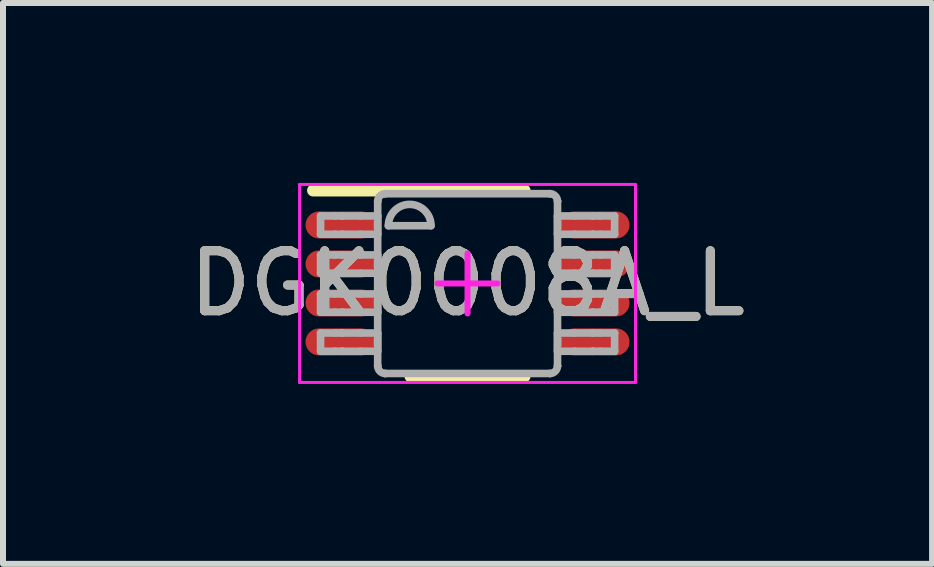
<source format=kicad_pcb>
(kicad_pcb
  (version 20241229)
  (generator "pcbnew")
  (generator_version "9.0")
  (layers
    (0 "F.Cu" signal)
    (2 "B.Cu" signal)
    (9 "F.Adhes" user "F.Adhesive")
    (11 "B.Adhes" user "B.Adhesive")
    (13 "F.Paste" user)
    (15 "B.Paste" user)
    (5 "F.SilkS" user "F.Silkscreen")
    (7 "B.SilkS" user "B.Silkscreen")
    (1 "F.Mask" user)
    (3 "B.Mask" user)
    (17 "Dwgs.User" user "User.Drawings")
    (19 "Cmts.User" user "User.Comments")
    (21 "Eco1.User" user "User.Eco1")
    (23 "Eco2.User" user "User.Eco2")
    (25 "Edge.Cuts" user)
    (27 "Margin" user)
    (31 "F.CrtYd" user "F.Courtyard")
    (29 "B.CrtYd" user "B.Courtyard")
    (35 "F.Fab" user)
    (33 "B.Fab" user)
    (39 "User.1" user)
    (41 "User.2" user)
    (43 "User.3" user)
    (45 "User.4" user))
  (footprint "DGK0008A_L"
    (layer "F.Cu")
    (at 4.744 1.675)
    (property "Reference" "DGK0008A_L" (at 0 0 0) (unlocked yes) (layer "F.SilkS") (effects (font (size 1 1) (thickness 0.15))))
    (attr smd)
    (fp_line (start -2.575 -1.55) (end 0.95 -1.55) (stroke (width 0.2) (type solid)) (layer "F.SilkS"))
    (fp_line (start -0.95 1.55) (end 0.95 1.55) (stroke (width 0.2) (type solid)) (layer "F.SilkS"))
    (fp_line (start -2.8 -1.65) (end 2.8 -1.65) (stroke (width 0.05) (type solid)) (layer "F.CrtYd"))
    (fp_line (start -2.8 1.65) (end -2.8 -1.65) (stroke (width 0.05) (type solid)) (layer "F.CrtYd"))
    (fp_line (start -2.8 1.65) (end 2.8 1.65) (stroke (width 0.05) (type solid)) (layer "F.CrtYd"))
    (fp_line (start -0.5 0) (end 0.5 0) (stroke (width 0.1) (type solid)) (layer "F.CrtYd"))
    (fp_line (start -0.000003 0.5) (end -0.000003 -0.5) (stroke (width 0.1) (type solid)) (layer "F.CrtYd"))
    (fp_line (start 2.8 1.65) (end 2.8 -1.65) (stroke (width 0.05) (type solid)) (layer "F.CrtYd"))
    (fp_line (start -2.45 -1.125) (end -2.21 -1.125) (stroke (width 0.127) (type solid)) (layer "F.Fab"))
    (fp_line (start -2.45 -0.82) (end -2.45 -1.125) (stroke (width 0.127) (type solid)) (layer "F.Fab"))
    (fp_line (start -2.45 -0.82) (end -2.21 -0.82) (stroke (width 0.127) (type solid)) (layer "F.Fab"))
    (fp_line (start -2.45 -0.475) (end -2.21 -0.475) (stroke (width 0.127) (type solid)) (layer "F.Fab"))
    (fp_line (start -2.45 -0.17) (end -2.45 -0.475) (stroke (width 0.127) (type solid)) (layer "F.Fab"))
    (fp_line (start -2.45 -0.17) (end -2.21 -0.17) (stroke (width 0.127) (type solid)) (layer "F.Fab"))
    (fp_line (start -2.45 0.175) (end -2.21 0.175) (stroke (width 0.127) (type solid)) (layer "F.Fab"))
    (fp_line (start -2.45 0.48) (end -2.45 0.175) (stroke (width 0.127) (type solid)) (layer "F.Fab"))
    (fp_line (start -2.45 0.48) (end -2.21 0.48) (stroke (width 0.127) (type solid)) (layer "F.Fab"))
    (fp_line (start -2.45 0.826) (end -2.21 0.826) (stroke (width 0.127) (type solid)) (layer "F.Fab"))
    (fp_line (start -2.45 1.131) (end -2.45 0.826) (stroke (width 0.127) (type solid)) (layer "F.Fab"))
    (fp_line (start -2.45 1.131) (end -2.21 1.131) (stroke (width 0.127) (type solid)) (layer "F.Fab"))
    (fp_line (start -2.21 -1.125) (end -2.091 -1.125) (stroke (width 0.127) (type solid)) (layer "F.Fab"))
    (fp_line (start -2.21 -0.82) (end -2.091 -0.82) (stroke (width 0.127) (type solid)) (layer "F.Fab"))
    (fp_line (start -2.21 -0.475) (end -2.091 -0.475) (stroke (width 0.127) (type solid)) (layer "F.Fab"))
    (fp_line (start -2.21 -0.17) (end -2.091 -0.17) (stroke (width 0.127) (type solid)) (layer "F.Fab"))
    (fp_line (start -2.21 0.175) (end -2.091 0.175) (stroke (width 0.127) (type solid)) (layer "F.Fab"))
    (fp_line (start -2.21 0.48) (end -2.091 0.48) (stroke (width 0.127) (type solid)) (layer "F.Fab"))
    (fp_line (start -2.21 0.826) (end -2.091 0.826) (stroke (width 0.127) (type solid)) (layer "F.Fab"))
    (fp_line (start -2.21 1.131) (end -2.091 1.131) (stroke (width 0.127) (type solid)) (layer "F.Fab"))
    (fp_line (start -2.091 -1.125) (end -2.087 -1.125) (stroke (width 0.127) (type solid)) (layer "F.Fab"))
    (fp_line (start -2.091 -0.82) (end -2.087 -0.82) (stroke (width 0.127) (type solid)) (layer "F.Fab"))
    (fp_line (start -2.091 -0.475) (end -2.087 -0.475) (stroke (width 0.127) (type solid)) (layer "F.Fab"))
    (fp_line (start -2.091 -0.17) (end -2.087 -0.17) (stroke (width 0.127) (type solid)) (layer "F.Fab"))
    (fp_line (start -2.091 0.175) (end -2.087 0.175) (stroke (width 0.127) (type solid)) (layer "F.Fab"))
    (fp_line (start -2.091 0.48) (end -2.087 0.48) (stroke (width 0.127) (type solid)) (layer "F.Fab"))
    (fp_line (start -2.091 0.826) (end -2.087 0.826) (stroke (width 0.127) (type solid)) (layer "F.Fab"))
    (fp_line (start -2.091 1.131) (end -2.087 1.131) (stroke (width 0.127) (type solid)) (layer "F.Fab"))
    (fp_line (start -2.087 -1.125) (end -1.784 -1.125) (stroke (width 0.127) (type solid)) (layer "F.Fab"))
    (fp_line (start -2.087 -0.82) (end -1.784 -0.82) (stroke (width 0.127) (type solid)) (layer "F.Fab"))
    (fp_line (start -2.087 -0.475) (end -1.784 -0.475) (stroke (width 0.127) (type solid)) (layer "F.Fab"))
    (fp_line (start -2.087 -0.17) (end -1.784 -0.17) (stroke (width 0.127) (type solid)) (layer "F.Fab"))
    (fp_line (start -2.087 0.175) (end -1.784 0.175) (stroke (width 0.127) (type solid)) (layer "F.Fab"))
    (fp_line (start -2.087 0.48) (end -1.784 0.48) (stroke (width 0.127) (type solid)) (layer "F.Fab"))
    (fp_line (start -2.087 0.826) (end -1.784 0.826) (stroke (width 0.127) (type solid)) (layer "F.Fab"))
    (fp_line (start -2.087 1.131) (end -1.784 1.131) (stroke (width 0.127) (type solid)) (layer "F.Fab"))
    (fp_line (start -1.784 -1.125) (end -1.498 -1.125) (stroke (width 0.127) (type solid)) (layer "F.Fab"))
    (fp_line (start -1.784 -0.82) (end -1.498 -0.82) (stroke (width 0.127) (type solid)) (layer "F.Fab"))
    (fp_line (start -1.784 -0.475) (end -1.498 -0.475) (stroke (width 0.127) (type solid)) (layer "F.Fab"))
    (fp_line (start -1.784 -0.17) (end -1.498 -0.17) (stroke (width 0.127) (type solid)) (layer "F.Fab"))
    (fp_line (start -1.784 0.175) (end -1.498 0.175) (stroke (width 0.127) (type solid)) (layer "F.Fab"))
    (fp_line (start -1.784 0.48) (end -1.498 0.48) (stroke (width 0.127) (type solid)) (layer "F.Fab"))
    (fp_line (start -1.784 0.826) (end -1.498 0.826) (stroke (width 0.127) (type solid)) (layer "F.Fab"))
    (fp_line (start -1.784 1.131) (end -1.498 1.131) (stroke (width 0.127) (type solid)) (layer "F.Fab"))
    (fp_line (start -1.498 -1.369) (end -1.497 -1.372) (stroke (width 0.127) (type solid)) (layer "F.Fab"))
    (fp_line (start -1.498 -0.82) (end -1.498 -1.125) (stroke (width 0.127) (type solid)) (layer "F.Fab"))
    (fp_line (start -1.498 -0.17) (end -1.498 -0.475) (stroke (width 0.127) (type solid)) (layer "F.Fab"))
    (fp_line (start -1.498 0.48) (end -1.498 0.175) (stroke (width 0.127) (type solid)) (layer "F.Fab"))
    (fp_line (start -1.498 1.131) (end -1.498 0.826) (stroke (width 0.127) (type solid)) (layer "F.Fab"))
    (fp_line (start -1.498 1.374) (end -1.498 -1.369) (stroke (width 0.127) (type solid)) (layer "F.Fab"))
    (fp_line (start -1.498 1.374) (end -1.497 1.377) (stroke (width 0.127) (type solid)) (layer "F.Fab"))
    (fp_line (start -1.373 -1.496) (end -1.371 -1.496) (stroke (width 0.127) (type solid)) (layer "F.Fab"))
    (fp_line (start -1.373 1.501) (end -1.371 1.501) (stroke (width 0.127) (type solid)) (layer "F.Fab"))
    (fp_line (start -1.371 -1.496) (end 1.373 -1.496) (stroke (width 0.127) (type solid)) (layer "F.Fab"))
    (fp_line (start -1.371 1.501) (end 1.373 1.501) (stroke (width 0.127) (type solid)) (layer "F.Fab"))
    (fp_line (start -1.32 -0.962) (end -0.609 -0.962) (stroke (width 0.127) (type solid)) (layer "F.Fab"))
    (fp_line (start 1.373 -1.496) (end 1.375 -1.496) (stroke (width 0.127) (type solid)) (layer "F.Fab"))
    (fp_line (start 1.373 1.501) (end 1.375 1.501) (stroke (width 0.127) (type solid)) (layer "F.Fab"))
    (fp_line (start 1.5 -1.372) (end 1.5 -1.369) (stroke (width 0.127) (type solid)) (layer "F.Fab"))
    (fp_line (start 1.5 1.377) (end 1.5 1.374) (stroke (width 0.127) (type solid)) (layer "F.Fab"))
    (fp_line (start 1.5 -1.125) (end 1.786 -1.125) (stroke (width 0.127) (type solid)) (layer "F.Fab"))
    (fp_line (start 1.5 -0.82) (end 1.5 -1.125) (stroke (width 0.127) (type solid)) (layer "F.Fab"))
    (fp_line (start 1.5 -0.82) (end 1.786 -0.82) (stroke (width 0.127) (type solid)) (layer "F.Fab"))
    (fp_line (start 1.5 -0.475) (end 1.786 -0.475) (stroke (width 0.127) (type solid)) (layer "F.Fab"))
    (fp_line (start 1.5 -0.17) (end 1.5 -0.475) (stroke (width 0.127) (type solid)) (layer "F.Fab"))
    (fp_line (start 1.5 -0.17) (end 1.786 -0.17) (stroke (width 0.127) (type solid)) (layer "F.Fab"))
    (fp_line (start 1.5 0.175) (end 1.786 0.175) (stroke (width 0.127) (type solid)) (layer "F.Fab"))
    (fp_line (start 1.5 0.48) (end 1.5 0.175) (stroke (width 0.127) (type solid)) (layer "F.Fab"))
    (fp_line (start 1.5 0.48) (end 1.786 0.48) (stroke (width 0.127) (type solid)) (layer "F.Fab"))
    (fp_line (start 1.5 0.826) (end 1.786 0.826) (stroke (width 0.127) (type solid)) (layer "F.Fab"))
    (fp_line (start 1.5 1.131) (end 1.5 0.826) (stroke (width 0.127) (type solid)) (layer "F.Fab"))
    (fp_line (start 1.5 1.131) (end 1.786 1.131) (stroke (width 0.127) (type solid)) (layer "F.Fab"))
    (fp_line (start 1.5 1.374) (end 1.5 -1.369) (stroke (width 0.127) (type solid)) (layer "F.Fab"))
    (fp_line (start 1.786 -1.125) (end 2.089 -1.125) (stroke (width 0.127) (type solid)) (layer "F.Fab"))
    (fp_line (start 1.786 -0.82) (end 2.089 -0.82) (stroke (width 0.127) (type solid)) (layer "F.Fab"))
    (fp_line (start 1.786 -0.475) (end 2.089 -0.475) (stroke (width 0.127) (type solid)) (layer "F.Fab"))
    (fp_line (start 1.786 -0.17) (end 2.089 -0.17) (stroke (width 0.127) (type solid)) (layer "F.Fab"))
    (fp_line (start 1.786 0.175) (end 2.089 0.175) (stroke (width 0.127) (type solid)) (layer "F.Fab"))
    (fp_line (start 1.786 0.48) (end 2.089 0.48) (stroke (width 0.127) (type solid)) (layer "F.Fab"))
    (fp_line (start 1.786 0.826) (end 2.089 0.826) (stroke (width 0.127) (type solid)) (layer "F.Fab"))
    (fp_line (start 1.786 1.131) (end 2.089 1.131) (stroke (width 0.127) (type solid)) (layer "F.Fab"))
    (fp_line (start 2.089 -1.125) (end 2.093 -1.125) (stroke (width 0.127) (type solid)) (layer "F.Fab"))
    (fp_line (start 2.089 -0.82) (end 2.093 -0.82) (stroke (width 0.127) (type solid)) (layer "F.Fab"))
    (fp_line (start 2.089 -0.475) (end 2.093 -0.475) (stroke (width 0.127) (type solid)) (layer "F.Fab"))
    (fp_line (start 2.089 -0.17) (end 2.093 -0.17) (stroke (width 0.127) (type solid)) (layer "F.Fab"))
    (fp_line (start 2.089 0.175) (end 2.093 0.175) (stroke (width 0.127) (type solid)) (layer "F.Fab"))
    (fp_line (start 2.089 0.48) (end 2.093 0.48) (stroke (width 0.127) (type solid)) (layer "F.Fab"))
    (fp_line (start 2.089 0.826) (end 2.093 0.826) (stroke (width 0.127) (type solid)) (layer "F.Fab"))
    (fp_line (start 2.089 1.131) (end 2.093 1.131) (stroke (width 0.127) (type solid)) (layer "F.Fab"))
    (fp_line (start 2.093 -1.125) (end 2.213 -1.125) (stroke (width 0.127) (type solid)) (layer "F.Fab"))
    (fp_line (start 2.093 -0.82) (end 2.213 -0.82) (stroke (width 0.127) (type solid)) (layer "F.Fab"))
    (fp_line (start 2.093 -0.475) (end 2.213 -0.475) (stroke (width 0.127) (type solid)) (layer "F.Fab"))
    (fp_line (start 2.093 -0.17) (end 2.213 -0.17) (stroke (width 0.127) (type solid)) (layer "F.Fab"))
    (fp_line (start 2.093 0.175) (end 2.213 0.175) (stroke (width 0.127) (type solid)) (layer "F.Fab"))
    (fp_line (start 2.093 0.48) (end 2.213 0.48) (stroke (width 0.127) (type solid)) (layer "F.Fab"))
    (fp_line (start 2.093 0.826) (end 2.213 0.826) (stroke (width 0.127) (type solid)) (layer "F.Fab"))
    (fp_line (start 2.093 1.131) (end 2.213 1.131) (stroke (width 0.127) (type solid)) (layer "F.Fab"))
    (fp_line (start 2.213 -1.125) (end 2.452 -1.125) (stroke (width 0.127) (type solid)) (layer "F.Fab"))
    (fp_line (start 2.213 -0.82) (end 2.452 -0.82) (stroke (width 0.127) (type solid)) (layer "F.Fab"))
    (fp_line (start 2.213 -0.475) (end 2.452 -0.475) (stroke (width 0.127) (type solid)) (layer "F.Fab"))
    (fp_line (start 2.213 -0.17) (end 2.452 -0.17) (stroke (width 0.127) (type solid)) (layer "F.Fab"))
    (fp_line (start 2.213 0.175) (end 2.452 0.175) (stroke (width 0.127) (type solid)) (layer "F.Fab"))
    (fp_line (start 2.213 0.48) (end 2.452 0.48) (stroke (width 0.127) (type solid)) (layer "F.Fab"))
    (fp_line (start 2.213 0.826) (end 2.452 0.826) (stroke (width 0.127) (type solid)) (layer "F.Fab"))
    (fp_line (start 2.213 1.131) (end 2.452 1.131) (stroke (width 0.127) (type solid)) (layer "F.Fab"))
    (fp_line (start 2.452 -0.82) (end 2.452 -1.125) (stroke (width 0.127) (type solid)) (layer "F.Fab"))
    (fp_line (start 2.452 -0.17) (end 2.452 -0.475) (stroke (width 0.127) (type solid)) (layer "F.Fab"))
    (fp_line (start 2.452 0.48) (end 2.452 0.175) (stroke (width 0.127) (type solid)) (layer "F.Fab"))
    (fp_line (start 2.452 1.131) (end 2.452 0.826) (stroke (width 0.127) (type solid)) (layer "F.Fab"))
    (fp_arc (start -1.497476 -1.371582) (mid -1.460306 -1.458644) (end -1.373243 -1.495814) (stroke (width 0.127) (type solid)) (layer "F.Fab"))
    (fp_arc (start -1.373243 1.501336) (mid -1.460306 1.464166) (end -1.497476 1.377104) (stroke (width 0.127) (type solid)) (layer "F.Fab"))
    (fp_arc (start -1.3197 -0.962439) (mid -0.9641 -1.318039) (end -0.6085 -0.962439) (stroke (width 0.127) (type solid)) (layer "F.Fab"))
    (fp_arc (start 1.375443 -1.495814) (mid 1.462505 -1.458644) (end 1.499675 -1.371582) (stroke (width 0.127) (type solid)) (layer "F.Fab"))
    (fp_arc (start 1.499675 1.377104) (mid 1.462505 1.464166) (end 1.375443 1.501336) (stroke (width 0.127) (type solid)) (layer "F.Fab"))
    (fp_text user "${REFERENCE}" (at 0 0 0) (unlocked yes) (layer "F.Fab") (effects (font (size 1 1) (thickness 0.15))))
    (pad "1" smd oval (at -2.125 -0.975 90) (size 0.45 1.15) (layers "F.Cu" "F.Mask" "F.Paste"))
    (pad "2" smd oval (at -2.125 -0.325 90) (size 0.45 1.15) (layers "F.Cu" "F.Mask" "F.Paste"))
    (pad "3" smd oval (at -2.125 0.325 90) (size 0.45 1.15) (layers "F.Cu" "F.Mask" "F.Paste"))
    (pad "4" smd oval (at -2.125 0.975 90) (size 0.45 1.15) (layers "F.Cu" "F.Mask" "F.Paste"))
    (pad "5" smd oval (at 2.125 0.975 90) (size 0.45 1.15) (layers "F.Cu" "F.Mask" "F.Paste"))
    (pad "6" smd oval (at 2.125 0.325 90) (size 0.45 1.15) (layers "F.Cu" "F.Mask" "F.Paste"))
    (pad "7" smd oval (at 2.125 -0.325 90) (size 0.45 1.15) (layers "F.Cu" "F.Mask" "F.Paste"))
    (pad "8" smd oval (at 2.125 -0.975 90) (size 0.45 1.15) (layers "F.Cu" "F.Mask" "F.Paste")))
  (gr_rect
    (start -3 -3)
    (end 12.488 6.35)
    (stroke (width 0.1) (type default))
    (fill no)
    (layer "Edge.Cuts")))
</source>
